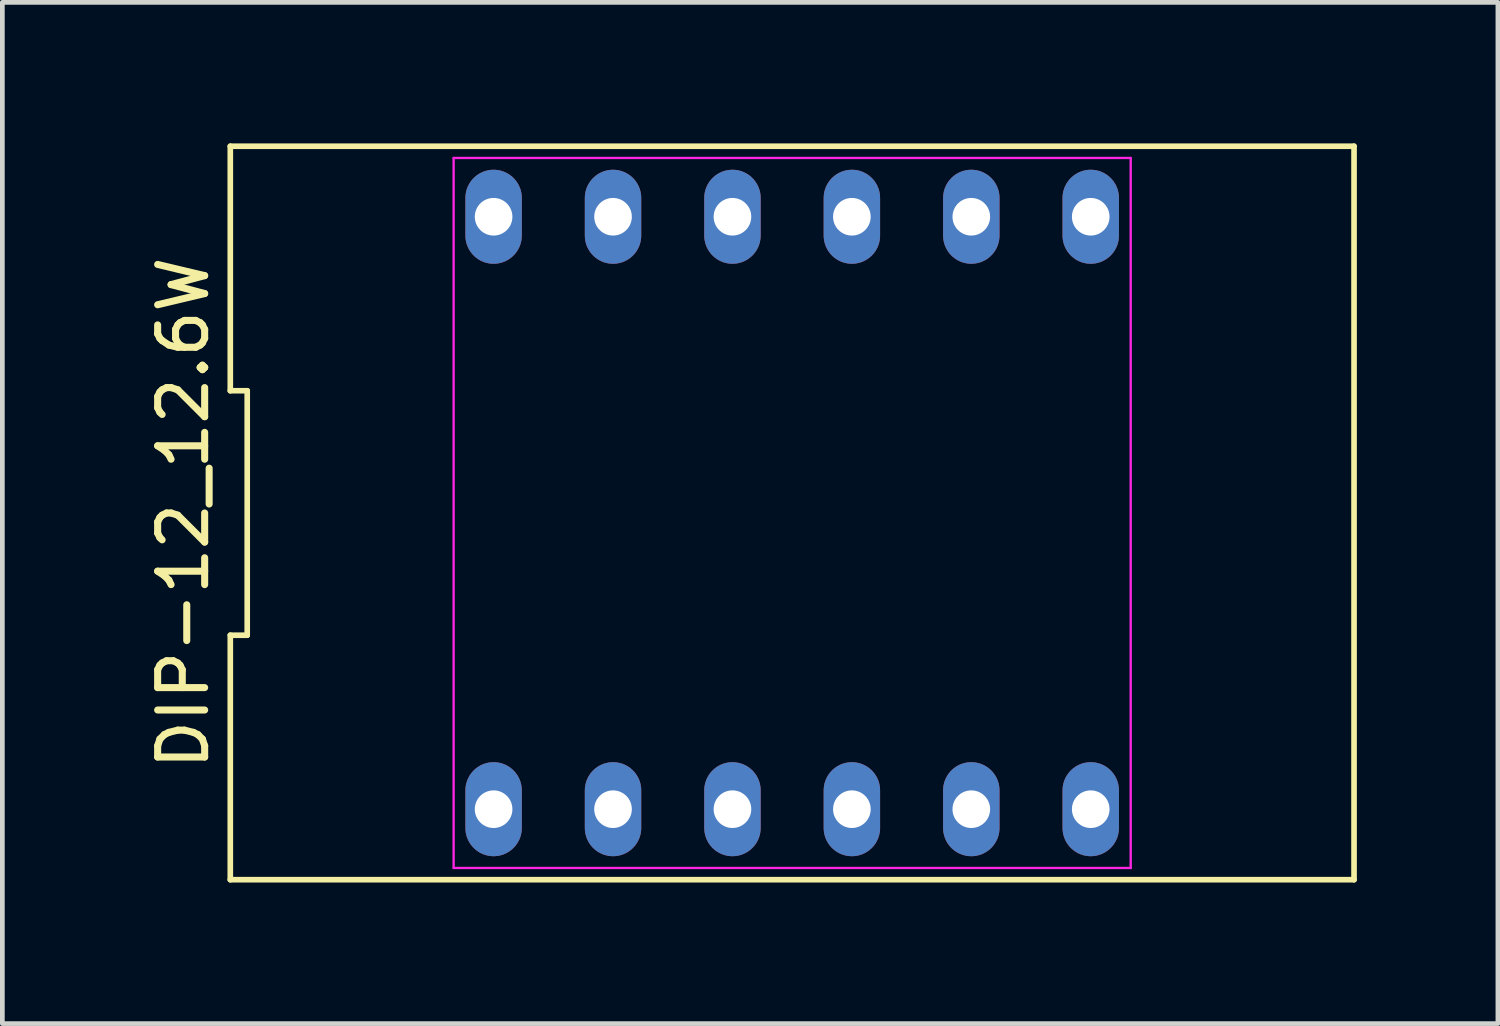
<source format=kicad_pcb>
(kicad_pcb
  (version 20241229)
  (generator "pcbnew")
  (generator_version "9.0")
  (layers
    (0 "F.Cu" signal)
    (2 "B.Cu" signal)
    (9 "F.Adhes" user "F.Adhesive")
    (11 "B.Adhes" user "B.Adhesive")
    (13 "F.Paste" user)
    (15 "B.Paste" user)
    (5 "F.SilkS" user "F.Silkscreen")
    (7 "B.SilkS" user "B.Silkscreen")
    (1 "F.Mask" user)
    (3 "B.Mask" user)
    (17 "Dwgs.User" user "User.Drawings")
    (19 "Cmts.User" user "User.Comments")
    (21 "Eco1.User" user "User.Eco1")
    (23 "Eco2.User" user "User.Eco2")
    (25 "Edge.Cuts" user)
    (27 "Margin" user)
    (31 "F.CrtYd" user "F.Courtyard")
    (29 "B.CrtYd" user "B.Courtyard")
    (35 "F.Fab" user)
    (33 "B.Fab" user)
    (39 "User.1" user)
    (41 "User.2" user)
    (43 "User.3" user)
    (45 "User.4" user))
  (footprint "DIP-12_12.6W"
    (layer "F.Cu")
    (at 13.798 7.86)
    (property "Reference" "DIP-12_12.6W" (at -12.95 0 90) (unlocked yes) (layer "F.SilkS") (effects (font (size 1 1) (thickness 0.15))))
    (attr through_hole)
    (fp_line (start -11.95 -7.8) (end -11.95 -2.6) (stroke (width 0.12) (type default)) (layer "F.SilkS"))
    (fp_line (start -11.95 -2.6) (end -11.59 -2.6) (stroke (width 0.12) (type default)) (layer "F.SilkS"))
    (fp_line (start -11.95 2.6) (end -11.95 7.8) (stroke (width 0.12) (type default)) (layer "F.SilkS"))
    (fp_line (start -11.95 7.8) (end 11.95 7.8) (stroke (width 0.12) (type default)) (layer "F.SilkS"))
    (fp_line (start -11.59 -2.6) (end -11.59 2.6) (stroke (width 0.12) (type default)) (layer "F.SilkS"))
    (fp_line (start -11.59 2.6) (end -11.95 2.6) (stroke (width 0.12) (type default)) (layer "F.SilkS"))
    (fp_line (start 11.95 -7.8) (end -11.95 -7.8) (stroke (width 0.12) (type default)) (layer "F.SilkS"))
    (fp_line (start 11.95 7.8) (end 11.95 -7.8) (stroke (width 0.12) (type default)) (layer "F.SilkS"))
    (fp_line (start -7.2 -7.55) (end 7.2 -7.55) (stroke (width 0.05) (type default)) (layer "F.CrtYd"))
    (fp_line (start -7.2 7.55) (end -7.2 -7.55) (stroke (width 0.05) (type default)) (layer "F.CrtYd"))
    (fp_line (start 7.2 -7.55) (end 7.2 7.55) (stroke (width 0.05) (type default)) (layer "F.CrtYd"))
    (fp_line (start 7.2 7.55) (end -7.2 7.55) (stroke (width 0.05) (type default)) (layer "F.CrtYd"))
    (pad "1" thru_hole oval (at -6.35 6.3) (size 1.2 2) (drill 0.8) (layers "*.Cu" "*.Mask"))
    (pad "2" thru_hole oval (at -3.81 6.3) (size 1.2 2) (drill 0.8) (layers "*.Cu" "*.Mask"))
    (pad "3" thru_hole oval (at -1.27 6.3) (size 1.2 2) (drill 0.8) (layers "*.Cu" "*.Mask"))
    (pad "4" thru_hole oval (at 1.27 6.3) (size 1.2 2) (drill 0.8) (layers "*.Cu" "*.Mask"))
    (pad "5" thru_hole oval (at 3.81 6.3) (size 1.2 2) (drill 0.8) (layers "*.Cu" "*.Mask"))
    (pad "6" thru_hole oval (at 6.35 6.3) (size 1.2 2) (drill 0.8) (layers "*.Cu" "*.Mask"))
    (pad "7" thru_hole oval (at 6.35 -6.3) (size 1.2 2) (drill 0.8) (layers "*.Cu" "*.Mask"))
    (pad "8" thru_hole oval (at 3.81 -6.3) (size 1.2 2) (drill 0.8) (layers "*.Cu" "*.Mask"))
    (pad "9" thru_hole oval (at 1.27 -6.3) (size 1.2 2) (drill 0.8) (layers "*.Cu" "*.Mask"))
    (pad "10" thru_hole oval (at -1.27 -6.3) (size 1.2 2) (drill 0.8) (layers "*.Cu" "*.Mask"))
    (pad "11" thru_hole oval (at -3.81 -6.3) (size 1.2 2) (drill 0.8) (layers "*.Cu" "*.Mask"))
    (pad "12" thru_hole oval (at -6.35 -6.3) (size 1.2 2) (drill 0.8) (layers "*.Cu" "*.Mask")))
  (gr_rect
    (start -3 -3)
    (end 28.808 18.72)
    (stroke (width 0.1) (type default))
    (fill no)
    (layer "Edge.Cuts")))
</source>
